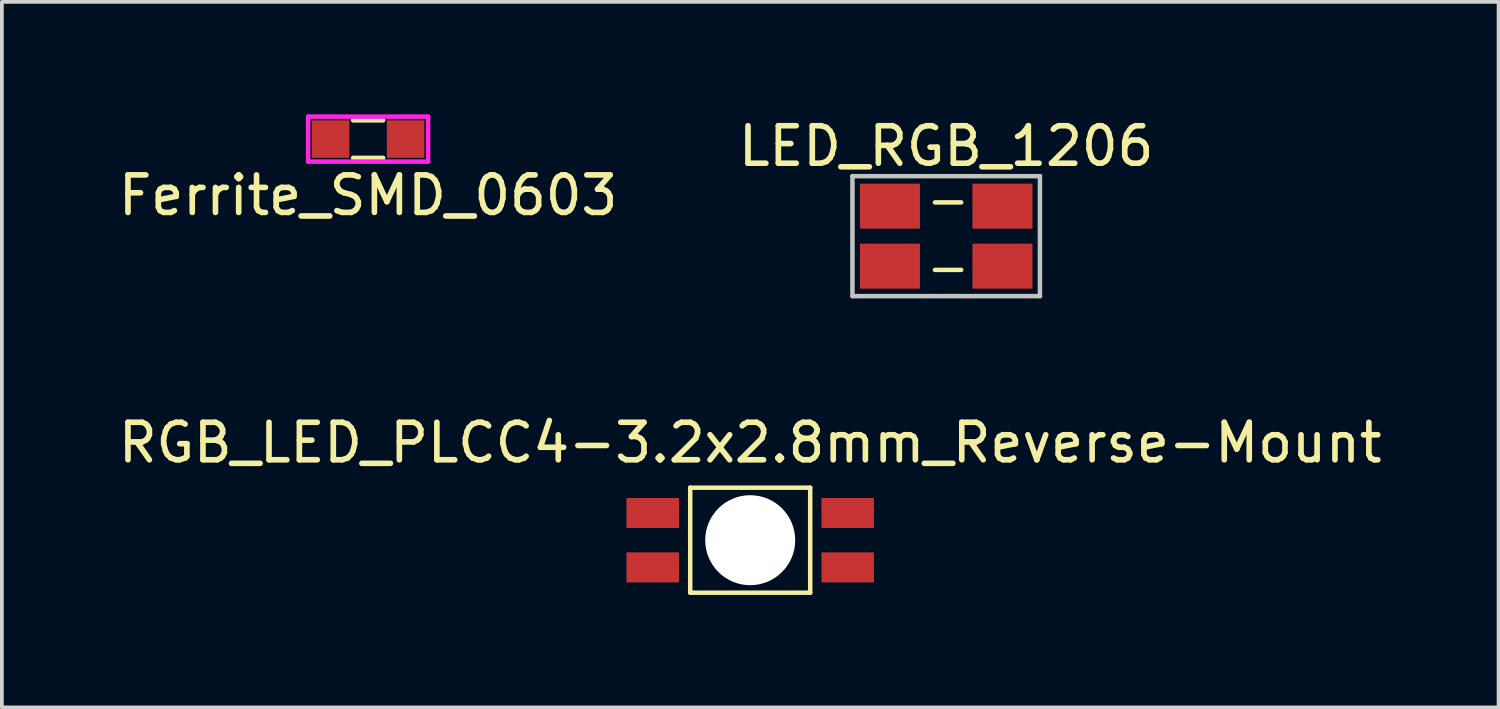
<source format=kicad_pcb>
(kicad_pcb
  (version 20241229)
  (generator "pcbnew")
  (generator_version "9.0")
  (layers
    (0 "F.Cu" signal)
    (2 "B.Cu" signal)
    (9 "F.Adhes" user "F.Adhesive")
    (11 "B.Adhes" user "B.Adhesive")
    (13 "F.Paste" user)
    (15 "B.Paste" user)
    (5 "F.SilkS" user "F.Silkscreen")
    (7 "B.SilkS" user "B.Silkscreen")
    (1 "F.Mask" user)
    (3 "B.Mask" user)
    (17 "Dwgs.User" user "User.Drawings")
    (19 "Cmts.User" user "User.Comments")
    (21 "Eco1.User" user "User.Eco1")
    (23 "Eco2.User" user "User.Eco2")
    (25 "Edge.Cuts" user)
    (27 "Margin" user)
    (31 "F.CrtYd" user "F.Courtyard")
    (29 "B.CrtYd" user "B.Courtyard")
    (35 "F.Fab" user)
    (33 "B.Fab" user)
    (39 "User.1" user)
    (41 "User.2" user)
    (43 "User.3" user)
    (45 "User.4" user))
  (footprint "RGB_LED_PLCC4-3.2x2.8mm_Reverse-Mount"
    (layer "F.Cu")
    (at 16.958 11.357)
    (property "Reference" "RGB_LED_PLCC4-3.2x2.8mm_Reverse-Mount" (at 0 -2.6 0) (layer "F.SilkS") (effects (font (size 1 1) (thickness 0.15))))
    (attr through_hole)
    (fp_line (start -1.6 -1.4) (end -1.6 1.4) (stroke (width 0.12) (type solid)) (layer "F.SilkS"))
    (fp_line (start -1.6 1.4) (end 1.6 1.4) (stroke (width 0.12) (type solid)) (layer "F.SilkS"))
    (fp_line (start 1.6 -1.4) (end -1.6 -1.4) (stroke (width 0.12) (type solid)) (layer "F.SilkS"))
    (fp_line (start 1.6 1.4) (end 1.6 -1.4) (stroke (width 0.12) (type solid)) (layer "F.SilkS"))
    (pad "" np_thru_hole circle (at 0 0) (size 2.4 2.4) (drill 2.4) (layers "*.Cu" "*.Mask"))
    (pad "1" smd rect (at 2.6 -0.725) (size 1.4 0.8) (layers "F.Cu" "F.Mask" "F.Paste"))
    (pad "2" smd rect (at -2.6 -0.725) (size 1.4 0.8) (layers "F.Cu" "F.Mask" "F.Paste"))
    (pad "3" smd rect (at -2.6 0.725) (size 1.4 0.8) (layers "F.Cu" "F.Mask" "F.Paste"))
    (pad "4" smd rect (at 2.6 0.725) (size 1.4 0.8) (layers "F.Cu" "F.Mask" "F.Paste")))
  (footprint "LED_RGB_1206"
    (layer "F.Cu")
    (at 22.185 3.248)
    (property "Reference" "LED_RGB_1206" (at 0 -2.4 0) (layer "F.SilkS") (effects (font (size 1 1) (thickness 0.15))))
    (attr through_hole)
    (fp_line (start -0.3 -0.9) (end 0.4 -0.9) (stroke (width 0.12) (type solid)) (layer "F.SilkS"))
    (fp_line (start 0.4 0.9) (end -0.3 0.9) (stroke (width 0.12) (type solid)) (layer "F.SilkS"))
    (fp_line (start -2.5 -1.6) (end -2.5 1.6) (stroke (width 0.12) (type solid)) (layer "Dwgs.User"))
    (fp_line (start -2.5 -1.6) (end 2.5 -1.6) (stroke (width 0.12) (type solid)) (layer "Dwgs.User"))
    (fp_line (start 2.5 -1.6) (end 2.5 1.6) (stroke (width 0.12) (type solid)) (layer "Dwgs.User"))
    (fp_line (start 2.5 1.6) (end -2.5 1.6) (stroke (width 0.12) (type solid)) (layer "Dwgs.User"))
    (pad "1" smd rect (at -1.5 -0.8) (size 1.6 1.2) (layers "F.Cu" "F.Mask" "F.Paste"))
    (pad "2" smd rect (at -1.5 0.8) (size 1.6 1.2) (layers "F.Cu" "F.Mask" "F.Paste"))
    (pad "3" smd rect (at 1.5 -0.8) (size 1.6 1.2) (layers "F.Cu" "F.Mask" "F.Paste"))
    (pad "4" smd rect (at 1.5 0.8) (size 1.6 1.2) (layers "F.Cu" "F.Mask" "F.Paste")))
  (footprint "Ferrite_SMD_0603"
    (layer "F.Cu")
    (at 6.768 0.66)
    (property "Reference" "Ferrite_SMD_0603" (at 0 1.5 0) (layer "F.SilkS") (effects (font (size 1 1) (thickness 0.15))))
    (attr through_hole)
    (fp_line (start -0.4 -0.5) (end 0.4 -0.5) (stroke (width 0.12) (type solid)) (layer "F.SilkS"))
    (fp_line (start -0.4 0.5) (end 0.4 0.5) (stroke (width 0.12) (type solid)) (layer "F.SilkS"))
    (fp_line (start -1.6 -0.6) (end 1.6 -0.6) (stroke (width 0.12) (type solid)) (layer "F.CrtYd"))
    (fp_line (start -1.6 0.6) (end -1.6 -0.6) (stroke (width 0.12) (type solid)) (layer "F.CrtYd"))
    (fp_line (start 1.6 -0.6) (end 1.6 0.6) (stroke (width 0.12) (type solid)) (layer "F.CrtYd"))
    (fp_line (start 1.6 0.6) (end -1.6 0.6) (stroke (width 0.12) (type solid)) (layer "F.CrtYd"))
    (pad "1" smd rect (at -1 0) (size 1 1) (layers "F.Cu" "F.Mask" "F.Paste"))
    (pad "2" smd rect (at 1 0) (size 1 1) (layers "F.Cu" "F.Mask" "F.Paste")))
  (gr_rect
    (start -3 -3)
    (end 36.917 15.816)
    (stroke (width 0.1) (type default))
    (fill no)
    (layer "Edge.Cuts")))
</source>
